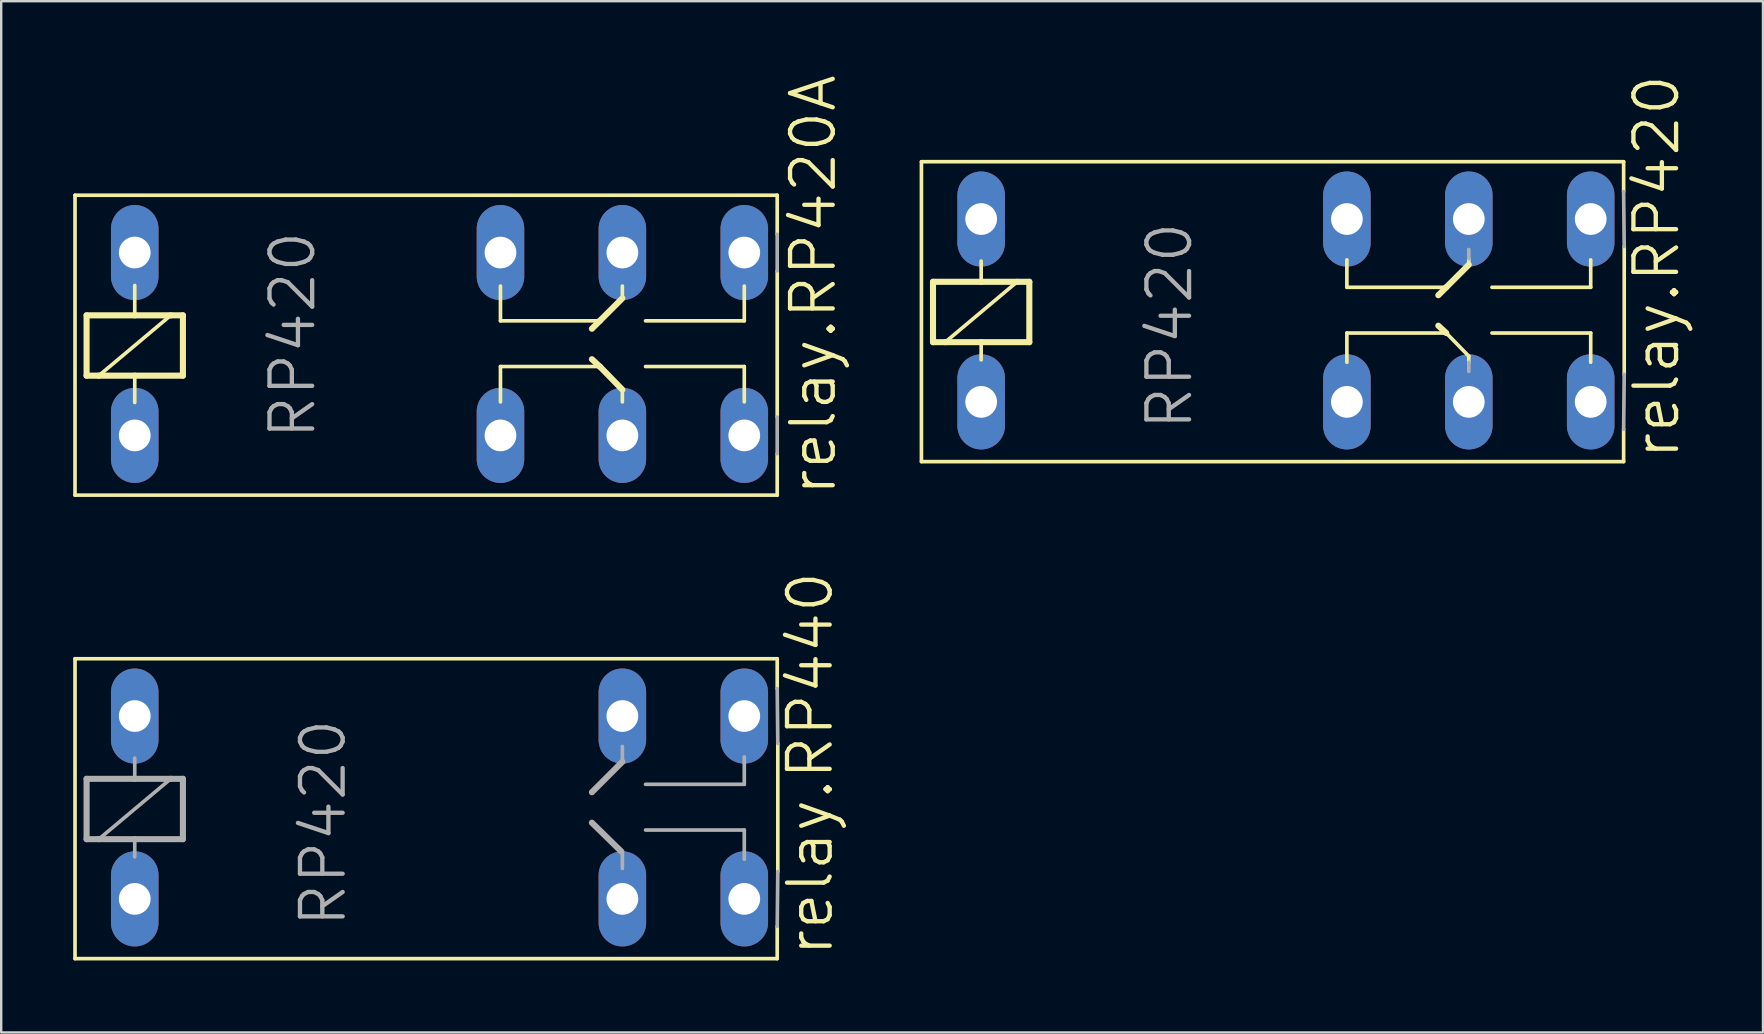
<source format=kicad_pcb>
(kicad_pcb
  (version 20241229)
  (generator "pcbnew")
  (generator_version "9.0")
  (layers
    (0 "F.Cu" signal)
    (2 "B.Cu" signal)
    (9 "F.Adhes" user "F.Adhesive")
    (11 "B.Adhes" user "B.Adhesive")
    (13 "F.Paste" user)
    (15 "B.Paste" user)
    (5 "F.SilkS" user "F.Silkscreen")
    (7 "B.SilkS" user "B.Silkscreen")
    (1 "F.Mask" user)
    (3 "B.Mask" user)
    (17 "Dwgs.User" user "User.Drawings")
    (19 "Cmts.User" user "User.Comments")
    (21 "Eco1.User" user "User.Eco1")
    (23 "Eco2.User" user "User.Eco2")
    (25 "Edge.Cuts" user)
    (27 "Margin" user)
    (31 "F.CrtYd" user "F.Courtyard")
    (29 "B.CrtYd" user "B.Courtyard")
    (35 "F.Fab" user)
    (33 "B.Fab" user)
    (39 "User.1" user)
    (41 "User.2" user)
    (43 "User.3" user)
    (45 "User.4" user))
  (footprint "relay.RP440"
    (layer "F.Cu")
    (at 6.375 30.598)
    (property "Reference" "relay.RP440" (at 25.375 6.299 90) (layer "F.SilkS") (effects (font (size 1.778 1.778) (thickness 0.18)) (justify left bottom)))
    (attr through_hole)
    (fp_line (start -6.299 -6.198) (end -6.299 6.299) (stroke (width 0.152) (type default)) (layer "F.SilkS"))
    (fp_line (start -6.299 6.299) (end 22.962 6.299) (stroke (width 0.152) (type default)) (layer "F.SilkS"))
    (fp_line (start 22.962 -6.198) (end -6.299 -6.198) (stroke (width 0.152) (type default)) (layer "F.SilkS"))
    (fp_line (start 22.962 -6.198) (end 22.962 -4.953) (stroke (width 0.152) (type default)) (layer "F.SilkS"))
    (fp_line (start 22.962 6.299) (end 22.962 4.953) (stroke (width 0.152) (type default)) (layer "F.SilkS"))
    (fp_line (start 22.987 -2.667) (end 22.987 2.667) (stroke (width 0.152) (type default)) (layer "F.SilkS"))
    (fp_line (start -5.817 -1.194) (end -3.81 -1.194) (stroke (width 0.254) (type default)) (layer "F.Fab"))
    (fp_line (start -5.817 1.321) (end -5.817 -1.194) (stroke (width 0.254) (type default)) (layer "F.Fab"))
    (fp_line (start -5.309 1.321) (end -5.817 1.321) (stroke (width 0.254) (type default)) (layer "F.Fab"))
    (fp_line (start -3.81 -2.057) (end -3.81 -1.194) (stroke (width 0.152) (type default)) (layer "F.Fab"))
    (fp_line (start -3.81 -1.194) (end -2.311 -1.194) (stroke (width 0.254) (type default)) (layer "F.Fab"))
    (fp_line (start -3.81 1.321) (end -5.309 1.321) (stroke (width 0.254) (type default)) (layer "F.Fab"))
    (fp_line (start -3.81 1.321) (end -3.81 2.057) (stroke (width 0.152) (type default)) (layer "F.Fab"))
    (fp_line (start -2.311 -1.194) (end -5.309 1.321) (stroke (width 0.152) (type default)) (layer "F.Fab"))
    (fp_line (start -2.311 -1.194) (end -1.803 -1.194) (stroke (width 0.254) (type default)) (layer "F.Fab"))
    (fp_line (start -1.803 -1.194) (end -1.803 1.321) (stroke (width 0.254) (type default)) (layer "F.Fab"))
    (fp_line (start -1.803 1.321) (end -3.81 1.321) (stroke (width 0.254) (type default)) (layer "F.Fab"))
    (fp_line (start 15.24 -0.635) (end 16.51 -1.905) (stroke (width 0.254) (type default)) (layer "F.Fab"))
    (fp_line (start 16.47 1.84) (end 15.24 0.635) (stroke (width 0.254) (type default)) (layer "F.Fab"))
    (fp_line (start 16.51 -2.54) (end 16.51 -1.905) (stroke (width 0.152) (type default)) (layer "F.Fab"))
    (fp_line (start 16.51 1.905) (end 16.51 2.54) (stroke (width 0.152) (type default)) (layer "F.Fab"))
    (fp_line (start 17.475 -0.965) (end 21.59 -0.965) (stroke (width 0.152) (type default)) (layer "F.Fab"))
    (fp_line (start 17.475 0.94) (end 21.59 0.94) (stroke (width 0.152) (type default)) (layer "F.Fab"))
    (fp_line (start 21.59 -0.965) (end 21.59 -2.108) (stroke (width 0.152) (type default)) (layer "F.Fab"))
    (fp_line (start 21.59 0.94) (end 21.59 2.159) (stroke (width 0.152) (type default)) (layer "F.Fab"))
    (fp_line (start 22.987 -2.667) (end 22.962 -4.953) (stroke (width 0.152) (type default)) (layer "F.Fab"))
    (fp_line (start 22.987 2.667) (end 22.962 4.953) (stroke (width 0.152) (type default)) (layer "F.Fab"))
    (fp_text user "RP420" (at 5.08 5.08 90) (layer "F.Fab") (effects (font (size 1.778 1.778) (thickness 0.18)) (justify left bottom)))
    (pad "11" thru_hole oval (at 16.51 3.81 90) (size 3.962 1.981) (drill 1.321) (layers "*.Cu" "*.Mask"))
    (pad "14" thru_hole oval (at 21.59 3.81 90) (size 3.962 1.981) (drill 1.321) (layers "*.Cu" "*.Mask"))
    (pad "21" thru_hole oval (at 16.51 -3.81 90) (size 3.962 1.981) (drill 1.321) (layers "*.Cu" "*.Mask"))
    (pad "24" thru_hole oval (at 21.59 -3.81 90) (size 3.962 1.981) (drill 1.321) (layers "*.Cu" "*.Mask"))
    (pad "A1" thru_hole oval (at -3.81 3.81 90) (size 3.962 1.981) (drill 1.321) (layers "*.Cu" "*.Mask"))
    (pad "A2" thru_hole oval (at -3.81 -3.81 90) (size 3.962 1.981) (drill 1.321) (layers "*.Cu" "*.Mask")))
  (footprint "relay.RP420"
    (layer "F.Cu")
    (at 41.646 9.887)
    (property "Reference" "relay.RP420" (at 25.375 6.299 90) (layer "F.SilkS") (effects (font (size 1.778 1.778) (thickness 0.18)) (justify left bottom)))
    (attr through_hole)
    (fp_line (start -6.299 -6.198) (end -6.299 6.299) (stroke (width 0.152) (type default)) (layer "F.SilkS"))
    (fp_line (start -6.299 6.299) (end 22.962 6.299) (stroke (width 0.152) (type default)) (layer "F.SilkS"))
    (fp_line (start -5.817 -1.194) (end -3.81 -1.194) (stroke (width 0.254) (type default)) (layer "F.SilkS"))
    (fp_line (start -5.817 1.321) (end -5.817 -1.194) (stroke (width 0.254) (type default)) (layer "F.SilkS"))
    (fp_line (start -5.309 1.321) (end -5.817 1.321) (stroke (width 0.254) (type default)) (layer "F.SilkS"))
    (fp_line (start -3.81 -2.057) (end -3.81 -1.194) (stroke (width 0.152) (type default)) (layer "F.SilkS"))
    (fp_line (start -3.81 -1.194) (end -2.311 -1.194) (stroke (width 0.254) (type default)) (layer "F.SilkS"))
    (fp_line (start -3.81 1.321) (end -5.309 1.321) (stroke (width 0.254) (type default)) (layer "F.SilkS"))
    (fp_line (start -3.81 1.321) (end -3.81 2.057) (stroke (width 0.152) (type default)) (layer "F.SilkS"))
    (fp_line (start -2.311 -1.194) (end -5.309 1.321) (stroke (width 0.152) (type default)) (layer "F.SilkS"))
    (fp_line (start -2.311 -1.194) (end -1.803 -1.194) (stroke (width 0.254) (type default)) (layer "F.SilkS"))
    (fp_line (start -1.803 -1.194) (end -1.803 1.321) (stroke (width 0.254) (type default)) (layer "F.SilkS"))
    (fp_line (start -1.803 1.321) (end -3.81 1.321) (stroke (width 0.254) (type default)) (layer "F.SilkS"))
    (fp_line (start 11.43 -0.965) (end 11.43 -2.108) (stroke (width 0.152) (type default)) (layer "F.SilkS"))
    (fp_line (start 11.43 0.94) (end 11.43 2.159) (stroke (width 0.152) (type default)) (layer "F.SilkS"))
    (fp_line (start 15.24 -0.635) (end 15.57 -0.965) (stroke (width 0.254) (type default)) (layer "F.SilkS"))
    (fp_line (start 15.57 -0.965) (end 11.43 -0.965) (stroke (width 0.152) (type default)) (layer "F.SilkS"))
    (fp_line (start 15.57 -0.965) (end 16.51 -1.905) (stroke (width 0.254) (type default)) (layer "F.SilkS"))
    (fp_line (start 15.57 0.94) (end 11.43 0.94) (stroke (width 0.152) (type default)) (layer "F.SilkS"))
    (fp_line (start 15.57 0.94) (end 15.24 0.635) (stroke (width 0.254) (type default)) (layer "F.SilkS"))
    (fp_line (start 16.51 -2.159) (end 16.51 -1.905) (stroke (width 0.152) (type default)) (layer "F.SilkS"))
    (fp_line (start 16.51 1.905) (end 15.57 0.94) (stroke (width 0.152) (type default)) (layer "F.SilkS"))
    (fp_line (start 16.51 2.159) (end 16.51 1.905) (stroke (width 0.152) (type default)) (layer "F.SilkS"))
    (fp_line (start 17.475 -0.965) (end 21.59 -0.965) (stroke (width 0.152) (type default)) (layer "F.SilkS"))
    (fp_line (start 17.475 0.94) (end 21.59 0.94) (stroke (width 0.152) (type default)) (layer "F.SilkS"))
    (fp_line (start 21.59 -0.965) (end 21.59 -2.108) (stroke (width 0.152) (type default)) (layer "F.SilkS"))
    (fp_line (start 21.59 0.94) (end 21.59 2.159) (stroke (width 0.152) (type default)) (layer "F.SilkS"))
    (fp_line (start 22.962 -6.198) (end -6.299 -6.198) (stroke (width 0.152) (type default)) (layer "F.SilkS"))
    (fp_line (start 22.962 -6.198) (end 22.962 -4.953) (stroke (width 0.152) (type default)) (layer "F.SilkS"))
    (fp_line (start 22.962 6.299) (end 22.962 4.953) (stroke (width 0.152) (type default)) (layer "F.SilkS"))
    (fp_line (start 22.987 -2.667) (end 22.987 2.667) (stroke (width 0.152) (type default)) (layer "F.SilkS"))
    (fp_line (start 16.51 -2.54) (end 16.51 -2.159) (stroke (width 0.152) (type default)) (layer "F.Fab"))
    (fp_line (start 16.51 2.159) (end 16.51 2.54) (stroke (width 0.152) (type default)) (layer "F.Fab"))
    (fp_line (start 22.987 -2.667) (end 22.962 -4.953) (stroke (width 0.152) (type default)) (layer "F.Fab"))
    (fp_line (start 22.987 2.667) (end 22.962 4.953) (stroke (width 0.152) (type default)) (layer "F.Fab"))
    (fp_text user "RP420" (at 5.08 5.08 90) (layer "F.Fab") (effects (font (size 1.778 1.778) (thickness 0.18)) (justify left bottom)))
    (pad "11" thru_hole oval (at 16.51 3.81 90) (size 3.962 1.981) (drill 1.321) (layers "*.Cu" "*.Mask"))
    (pad "12" thru_hole oval (at 11.43 3.81 90) (size 3.962 1.981) (drill 1.321) (layers "*.Cu" "*.Mask"))
    (pad "14" thru_hole oval (at 21.59 3.81 90) (size 3.962 1.981) (drill 1.321) (layers "*.Cu" "*.Mask"))
    (pad "21" thru_hole oval (at 16.51 -3.81 90) (size 3.962 1.981) (drill 1.321) (layers "*.Cu" "*.Mask"))
    (pad "22" thru_hole oval (at 11.43 -3.81 90) (size 3.962 1.981) (drill 1.321) (layers "*.Cu" "*.Mask"))
    (pad "24" thru_hole oval (at 21.59 -3.81 90) (size 3.962 1.981) (drill 1.321) (layers "*.Cu" "*.Mask"))
    (pad "A1" thru_hole oval (at -3.81 3.81 90) (size 3.962 1.981) (drill 1.321) (layers "*.Cu" "*.Mask"))
    (pad "A2" thru_hole oval (at -3.81 -3.81 90) (size 3.962 1.981) (drill 1.321) (layers "*.Cu" "*.Mask")))
  (footprint "relay.RP420A"
    (layer "F.Cu")
    (at 2.565 11.284)
    (property "Reference" "relay.RP420A" (at 29.312 6.426 90) (layer "F.SilkS") (effects (font (size 1.778 1.778) (thickness 0.18)) (justify left bottom)))
    (attr through_hole)
    (fp_line (start -2.489 -6.198) (end -2.489 6.299) (stroke (width 0.152) (type default)) (layer "F.SilkS"))
    (fp_line (start -2.489 6.299) (end 26.772 6.299) (stroke (width 0.152) (type default)) (layer "F.SilkS"))
    (fp_line (start -2.007 -1.194) (end 0 -1.194) (stroke (width 0.254) (type default)) (layer "F.SilkS"))
    (fp_line (start -2.007 1.321) (end -2.007 -1.194) (stroke (width 0.254) (type default)) (layer "F.SilkS"))
    (fp_line (start -1.499 1.321) (end -2.007 1.321) (stroke (width 0.254) (type default)) (layer "F.SilkS"))
    (fp_line (start 0 -2.438) (end 0 -1.194) (stroke (width 0.152) (type default)) (layer "F.SilkS"))
    (fp_line (start 0 -1.194) (end 1.499 -1.194) (stroke (width 0.254) (type default)) (layer "F.SilkS"))
    (fp_line (start 0 1.321) (end -1.499 1.321) (stroke (width 0.254) (type default)) (layer "F.SilkS"))
    (fp_line (start 0 1.321) (end 0 2.438) (stroke (width 0.152) (type default)) (layer "F.SilkS"))
    (fp_line (start 1.499 -1.194) (end -1.499 1.321) (stroke (width 0.152) (type default)) (layer "F.SilkS"))
    (fp_line (start 1.499 -1.194) (end 2.007 -1.194) (stroke (width 0.254) (type default)) (layer "F.SilkS"))
    (fp_line (start 2.007 -1.194) (end 2.007 1.321) (stroke (width 0.254) (type default)) (layer "F.SilkS"))
    (fp_line (start 2.007 1.321) (end 0 1.321) (stroke (width 0.254) (type default)) (layer "F.SilkS"))
    (fp_line (start 15.24 -0.965) (end 15.24 -2.413) (stroke (width 0.152) (type default)) (layer "F.SilkS"))
    (fp_line (start 15.24 0.94) (end 15.24 2.413) (stroke (width 0.152) (type default)) (layer "F.SilkS"))
    (fp_line (start 19.05 -0.635) (end 19.38 -0.965) (stroke (width 0.254) (type default)) (layer "F.SilkS"))
    (fp_line (start 19.38 -0.965) (end 15.24 -0.965) (stroke (width 0.152) (type default)) (layer "F.SilkS"))
    (fp_line (start 19.38 -0.965) (end 20.32 -1.905) (stroke (width 0.254) (type default)) (layer "F.SilkS"))
    (fp_line (start 19.38 0.94) (end 15.24 0.94) (stroke (width 0.152) (type default)) (layer "F.SilkS"))
    (fp_line (start 19.38 0.94) (end 19.05 0.635) (stroke (width 0.254) (type default)) (layer "F.SilkS"))
    (fp_line (start 20.32 -2.413) (end 20.32 -1.905) (stroke (width 0.152) (type default)) (layer "F.SilkS"))
    (fp_line (start 20.32 1.905) (end 19.38 0.94) (stroke (width 0.254) (type default)) (layer "F.SilkS"))
    (fp_line (start 20.32 2.413) (end 20.32 1.905) (stroke (width 0.152) (type default)) (layer "F.SilkS"))
    (fp_line (start 21.285 -0.965) (end 25.4 -0.965) (stroke (width 0.152) (type default)) (layer "F.SilkS"))
    (fp_line (start 21.285 0.94) (end 25.4 0.94) (stroke (width 0.152) (type default)) (layer "F.SilkS"))
    (fp_line (start 25.4 -0.965) (end 25.4 -2.413) (stroke (width 0.152) (type default)) (layer "F.SilkS"))
    (fp_line (start 25.4 0.94) (end 25.4 2.413) (stroke (width 0.152) (type default)) (layer "F.SilkS"))
    (fp_line (start 26.772 -6.198) (end -2.489 -6.198) (stroke (width 0.152) (type default)) (layer "F.SilkS"))
    (fp_line (start 26.772 -4.572) (end 26.772 -6.198) (stroke (width 0.152) (type default)) (layer "F.SilkS"))
    (fp_line (start 26.772 3.048) (end 26.772 -3.048) (stroke (width 0.152) (type default)) (layer "F.SilkS"))
    (fp_line (start 26.772 6.299) (end 26.772 4.572) (stroke (width 0.152) (type default)) (layer "F.SilkS"))
    (fp_line (start 26.772 -3.048) (end 26.772 -4.572) (stroke (width 0.152) (type default)) (layer "F.Fab"))
    (fp_line (start 26.772 4.572) (end 26.772 3.048) (stroke (width 0.152) (type default)) (layer "F.Fab"))
    (fp_text user "RP420" (at 7.62 4.064 90) (layer "F.Fab") (effects (font (size 1.778 1.778) (thickness 0.18)) (justify left bottom)))
    (pad "1" thru_hole oval (at 0 3.81 90) (size 3.962 1.981) (drill 1.321) (layers "*.Cu" "*.Mask"))
    (pad "2" thru_hole oval (at 0 -3.81 90) (size 3.962 1.981) (drill 1.321) (layers "*.Cu" "*.Mask"))
    (pad "O1" thru_hole oval (at 15.24 3.81 90) (size 3.962 1.981) (drill 1.321) (layers "*.Cu" "*.Mask"))
    (pad "O2" thru_hole oval (at 15.24 -3.81 90) (size 3.962 1.981) (drill 1.321) (layers "*.Cu" "*.Mask"))
    (pad "P1" thru_hole oval (at 20.32 3.81 90) (size 3.962 1.981) (drill 1.321) (layers "*.Cu" "*.Mask"))
    (pad "P2" thru_hole oval (at 20.32 -3.81 90) (size 3.962 1.981) (drill 1.321) (layers "*.Cu" "*.Mask"))
    (pad "S1" thru_hole oval (at 25.4 3.81 90) (size 3.962 1.981) (drill 1.321) (layers "*.Cu" "*.Mask"))
    (pad "S2" thru_hole oval (at 25.4 -3.81 90) (size 3.962 1.981) (drill 1.321) (layers "*.Cu" "*.Mask")))
  (gr_rect
    (start -3 -3)
    (end 70.415 39.973)
    (stroke (width 0.1) (type default))
    (fill no)
    (layer "Edge.Cuts")))
</source>
